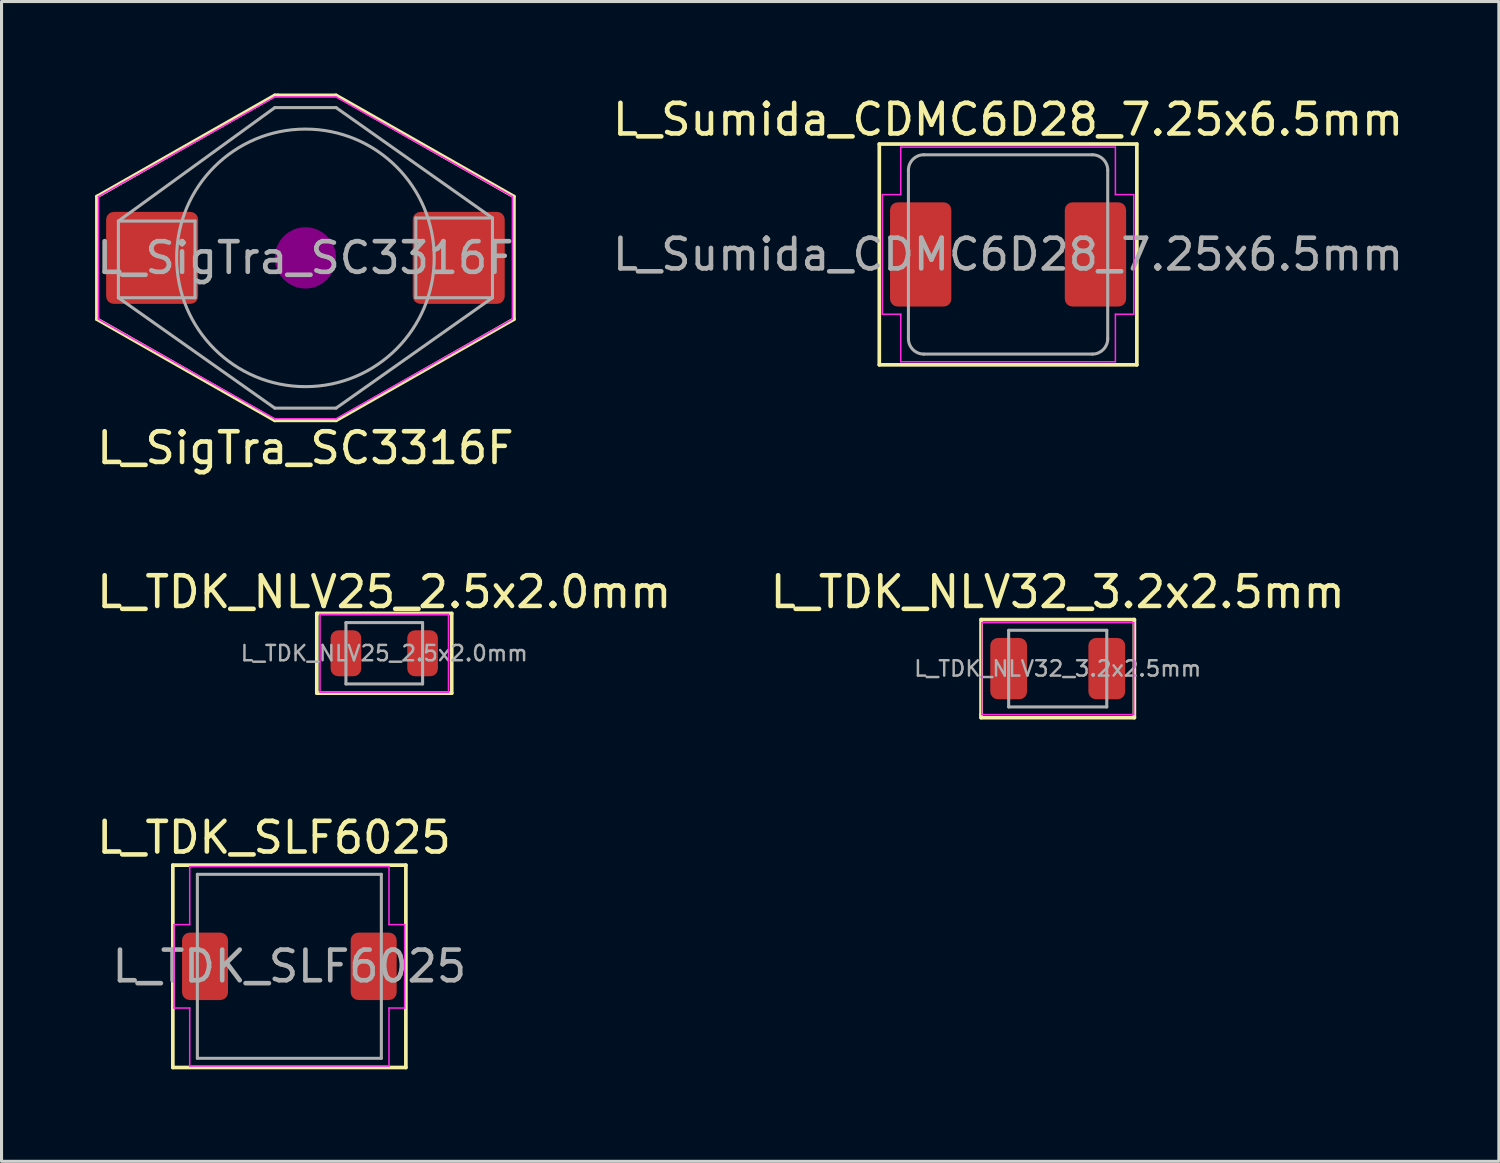
<source format=kicad_pcb>
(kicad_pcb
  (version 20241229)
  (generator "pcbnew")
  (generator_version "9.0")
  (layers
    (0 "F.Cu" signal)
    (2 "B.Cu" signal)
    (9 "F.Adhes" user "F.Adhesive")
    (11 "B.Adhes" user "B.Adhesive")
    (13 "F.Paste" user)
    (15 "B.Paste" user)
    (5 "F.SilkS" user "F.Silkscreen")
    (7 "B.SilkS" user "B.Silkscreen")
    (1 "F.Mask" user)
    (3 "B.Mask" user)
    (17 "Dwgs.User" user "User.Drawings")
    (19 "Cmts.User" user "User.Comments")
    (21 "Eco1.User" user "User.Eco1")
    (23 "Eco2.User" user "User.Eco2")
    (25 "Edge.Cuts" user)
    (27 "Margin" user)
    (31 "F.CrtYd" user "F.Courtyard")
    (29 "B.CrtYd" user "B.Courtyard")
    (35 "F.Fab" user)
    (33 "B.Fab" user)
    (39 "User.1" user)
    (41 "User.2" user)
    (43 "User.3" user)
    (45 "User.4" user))
  (footprint "L_TDK_NLV25_2.5x2.0mm"
    (layer "F.Cu")
    (at 9.482 18.256)
    (property "Reference" "L_TDK_NLV25_2.5x2.0mm" (at 0 -2 0) (layer "F.SilkS") (effects (font (size 1 1) (thickness 0.15))))
    (attr smd)
    (fp_line (start -2.2 -1.3) (end -2.2 1.3) (stroke (width 0.12) (type solid)) (layer "F.SilkS"))
    (fp_line (start -2.2 1.3) (end 2.2 1.3) (stroke (width 0.12) (type solid)) (layer "F.SilkS"))
    (fp_line (start 2.2 -1.3) (end -2.2 -1.3) (stroke (width 0.12) (type solid)) (layer "F.SilkS"))
    (fp_line (start 2.2 1.3) (end 2.2 -1.3) (stroke (width 0.12) (type solid)) (layer "F.SilkS"))
    (fp_line (start -2.095 -1.27) (end 2.095 -1.27) (stroke (width 0.05) (type solid)) (layer "F.CrtYd"))
    (fp_line (start -2.095 1.27) (end -2.095 -1.27) (stroke (width 0.05) (type solid)) (layer "F.CrtYd"))
    (fp_line (start 2.095 -1.27) (end 2.095 1.27) (stroke (width 0.05) (type solid)) (layer "F.CrtYd"))
    (fp_line (start 2.095 1.27) (end -2.095 1.27) (stroke (width 0.05) (type solid)) (layer "F.CrtYd"))
    (fp_line (start -1.25 -1) (end 1.25 -1) (stroke (width 0.1) (type solid)) (layer "F.Fab"))
    (fp_line (start -1.25 1) (end -1.25 -1) (stroke (width 0.1) (type solid)) (layer "F.Fab"))
    (fp_line (start 1.25 -1) (end 1.25 1) (stroke (width 0.1) (type solid)) (layer "F.Fab"))
    (fp_line (start 1.25 1) (end -1.25 1) (stroke (width 0.1) (type solid)) (layer "F.Fab"))
    (fp_text user "${REFERENCE}" (at 0 0 0) (layer "F.Fab") (effects (font (size 0.5 0.5) (thickness 0.08))))
    (pad "1" smd roundrect (at -1.25 0) (size 1 1.5) (layers "F.Cu" "F.Mask" "F.Paste") (roundrect_rratio 0.25))
    (pad "2" smd roundrect (at 1.25 0) (size 1 1.5) (layers "F.Cu" "F.Mask" "F.Paste") (roundrect_rratio 0.25)))
  (footprint "L_SigTra_SC3316F"
    (layer "F.Cu")
    (at 6.911 5.36)
    (property "Reference" "L_SigTra_SC3316F" (at 0 6.2 0) (layer "F.SilkS") (effects (font (size 1 1) (thickness 0.15))))
    (attr smd)
    (fp_line (start -6.8 -2) (end -6.8 2) (stroke (width 0.12) (type solid)) (layer "F.SilkS"))
    (fp_line (start -6.8 2) (end -1 5.3) (stroke (width 0.12) (type solid)) (layer "F.SilkS"))
    (fp_line (start -1 -5.3) (end -6.8 -2) (stroke (width 0.12) (type solid)) (layer "F.SilkS"))
    (fp_line (start -1 5.3) (end 1 5.3) (stroke (width 0.12) (type solid)) (layer "F.SilkS"))
    (fp_line (start -0.9 -5.3) (end -1 -5.3) (stroke (width 0.12) (type solid)) (layer "F.SilkS"))
    (fp_line (start 1 -5.3) (end -0.9 -5.3) (stroke (width 0.12) (type solid)) (layer "F.SilkS"))
    (fp_line (start 1 5.3) (end 6.8 2) (stroke (width 0.12) (type solid)) (layer "F.SilkS"))
    (fp_line (start 6.8 -2) (end 1 -5.3) (stroke (width 0.12) (type solid)) (layer "F.SilkS"))
    (fp_line (start 6.8 2) (end 6.8 -2) (stroke (width 0.12) (type solid)) (layer "F.SilkS"))
    (fp_circle (center 0 0) (end 0.5 0) (stroke (width 1) (type solid)) (fill no) (layer "F.Adhes"))
    (fp_line (start -6.75 -2) (end -6.75 2) (stroke (width 0.05) (type solid)) (layer "F.CrtYd"))
    (fp_line (start -6.75 2) (end -1 5.25) (stroke (width 0.05) (type solid)) (layer "F.CrtYd"))
    (fp_line (start -1 -5.25) (end -6.75 -2) (stroke (width 0.05) (type solid)) (layer "F.CrtYd"))
    (fp_line (start -1 -5.25) (end 1 -5.25) (stroke (width 0.05) (type solid)) (layer "F.CrtYd"))
    (fp_line (start -1 5.25) (end 1 5.25) (stroke (width 0.05) (type solid)) (layer "F.CrtYd"))
    (fp_line (start 1 -5.25) (end 6.75 -2) (stroke (width 0.05) (type solid)) (layer "F.CrtYd"))
    (fp_line (start 1 5.25) (end 6.75 2) (stroke (width 0.05) (type solid)) (layer "F.CrtYd"))
    (fp_line (start 6.75 2) (end 6.75 -2) (stroke (width 0.05) (type solid)) (layer "F.CrtYd"))
    (fp_line (start -6.1 -1.2) (end -3.6 -1.2) (stroke (width 0.1) (type solid)) (layer "F.Fab"))
    (fp_line (start -6.1 1.3) (end -6.1 -1.2) (stroke (width 0.1) (type solid)) (layer "F.Fab"))
    (fp_line (start -3.6 -1.2) (end -3.6 0) (stroke (width 0.1) (type solid)) (layer "F.Fab"))
    (fp_line (start -3.6 0) (end -3.6 1.3) (stroke (width 0.1) (type solid)) (layer "F.Fab"))
    (fp_line (start -3.6 1.3) (end -6.1 1.3) (stroke (width 0.1) (type solid)) (layer "F.Fab"))
    (fp_line (start -1 -4.9) (end -6.1 -1.2) (stroke (width 0.1) (type solid)) (layer "F.Fab"))
    (fp_line (start -1 4.9) (end -6.1 1.3) (stroke (width 0.1) (type solid)) (layer "F.Fab"))
    (fp_line (start 1 -4.9) (end -1 -4.9) (stroke (width 0.1) (type solid)) (layer "F.Fab"))
    (fp_line (start 1 -4.9) (end 6.1 -1.3) (stroke (width 0.1) (type solid)) (layer "F.Fab"))
    (fp_line (start 1 4.9) (end -1 4.9) (stroke (width 0.1) (type solid)) (layer "F.Fab"))
    (fp_line (start 3.6 -1.3) (end 6.1 -1.3) (stroke (width 0.1) (type solid)) (layer "F.Fab"))
    (fp_line (start 3.6 1.3) (end 3.6 -1.3) (stroke (width 0.1) (type solid)) (layer "F.Fab"))
    (fp_line (start 6.1 -1.3) (end 6.1 1.3) (stroke (width 0.1) (type solid)) (layer "F.Fab"))
    (fp_line (start 6.1 1.3) (end 1 4.9) (stroke (width 0.1) (type solid)) (layer "F.Fab"))
    (fp_line (start 6.1 1.3) (end 3.6 1.3) (stroke (width 0.1) (type solid)) (layer "F.Fab"))
    (fp_circle (center 0 0) (end 4.2 0) (stroke (width 0.1) (type solid)) (fill no) (layer "F.Fab"))
    (fp_text user "${REFERENCE}" (at 0 0 0) (layer "F.Fab") (effects (font (size 1 1) (thickness 0.15))))
    (pad "1" smd roundrect (at -5 0) (size 3 3) (layers "F.Cu" "F.Mask" "F.Paste") (roundrect_rratio 0.083))
    (pad "2" smd roundrect (at 5 0) (size 3 3) (layers "F.Cu" "F.Mask" "F.Paste") (roundrect_rratio 0.083)))
  (footprint "L_TDK_SLF6025"
    (layer "F.Cu")
    (at 6.387 28.465)
    (property "Reference" "L_TDK_SLF6025" (at -0.5 -4.2 0) (layer "F.SilkS") (effects (font (size 1 1) (thickness 0.15))))
    (attr smd)
    (fp_line (start -3.8 -3.3) (end 3.8 -3.3) (stroke (width 0.12) (type solid)) (layer "F.SilkS"))
    (fp_line (start -3.8 0) (end -3.8 -3.3) (stroke (width 0.12) (type solid)) (layer "F.SilkS"))
    (fp_line (start -3.8 3.3) (end -3.8 0) (stroke (width 0.12) (type solid)) (layer "F.SilkS"))
    (fp_line (start 3.8 -3.3) (end 3.8 3.3) (stroke (width 0.12) (type solid)) (layer "F.SilkS"))
    (fp_line (start 3.8 3.3) (end -3.8 3.3) (stroke (width 0.12) (type solid)) (layer "F.SilkS"))
    (fp_line (start -3.76 -1.36) (end -3.76 1.36) (stroke (width 0.05) (type solid)) (layer "F.CrtYd"))
    (fp_line (start -3.76 1.36) (end -3.25 1.36) (stroke (width 0.05) (type solid)) (layer "F.CrtYd"))
    (fp_line (start -3.25 -3.25) (end -3.25 -1.36) (stroke (width 0.05) (type solid)) (layer "F.CrtYd"))
    (fp_line (start -3.25 -3.25) (end 3.25 -3.25) (stroke (width 0.05) (type solid)) (layer "F.CrtYd"))
    (fp_line (start -3.25 -1.36) (end -3.76 -1.36) (stroke (width 0.05) (type solid)) (layer "F.CrtYd"))
    (fp_line (start -3.25 1.36) (end -3.25 3.25) (stroke (width 0.05) (type solid)) (layer "F.CrtYd"))
    (fp_line (start -3.25 3.25) (end 3.25 3.25) (stroke (width 0.05) (type solid)) (layer "F.CrtYd"))
    (fp_line (start 3.25 -3.25) (end 3.25 -1.36) (stroke (width 0.05) (type solid)) (layer "F.CrtYd"))
    (fp_line (start 3.25 -1.36) (end 3.76 -1.36) (stroke (width 0.05) (type solid)) (layer "F.CrtYd"))
    (fp_line (start 3.25 1.36) (end 3.25 3.25) (stroke (width 0.05) (type solid)) (layer "F.CrtYd"))
    (fp_line (start 3.76 -1.36) (end 3.76 1.36) (stroke (width 0.05) (type solid)) (layer "F.CrtYd"))
    (fp_line (start 3.76 1.36) (end 3.25 1.36) (stroke (width 0.05) (type solid)) (layer "F.CrtYd"))
    (fp_line (start -3 -3) (end 3 -3) (stroke (width 0.1) (type solid)) (layer "F.Fab"))
    (fp_line (start -3 3) (end -3 -3) (stroke (width 0.1) (type solid)) (layer "F.Fab"))
    (fp_line (start 3 -3) (end 3 3) (stroke (width 0.1) (type solid)) (layer "F.Fab"))
    (fp_line (start 3 3) (end -3 3) (stroke (width 0.1) (type solid)) (layer "F.Fab"))
    (fp_text user "${REFERENCE}" (at 0 0 0) (layer "F.Fab") (effects (font (size 1 1) (thickness 0.15))))
    (pad "1" smd roundrect (at -2.75 0) (size 1.5 2.2) (layers "F.Cu" "F.Mask" "F.Paste") (roundrect_rratio 0.167))
    (pad "2" smd roundrect (at 2.75 0) (size 1.5 2.2) (layers "F.Cu" "F.Mask" "F.Paste") (roundrect_rratio 0.167)))
  (footprint "L_TDK_NLV32_3.2x2.5mm"
    (layer "F.Cu")
    (at 31.446 18.756)
    (property "Reference" "L_TDK_NLV32_3.2x2.5mm" (at 0 -2.5 0) (layer "F.SilkS") (effects (font (size 1 1) (thickness 0.15))))
    (attr smd)
    (fp_line (start -2.5 -1.6) (end -2.5 1.5) (stroke (width 0.12) (type solid)) (layer "F.SilkS"))
    (fp_line (start -2.5 1.5) (end -2.5 1.6) (stroke (width 0.12) (type solid)) (layer "F.SilkS"))
    (fp_line (start -2.5 1.6) (end 2.5 1.6) (stroke (width 0.12) (type solid)) (layer "F.SilkS"))
    (fp_line (start 2.5 -1.6) (end -2.5 -1.6) (stroke (width 0.12) (type solid)) (layer "F.SilkS"))
    (fp_line (start 2.5 1.6) (end 2.5 -1.6) (stroke (width 0.12) (type solid)) (layer "F.SilkS"))
    (fp_line (start -2.477 -1.5) (end 2.477 -1.5) (stroke (width 0.05) (type solid)) (layer "F.CrtYd"))
    (fp_line (start -2.477 1.5) (end -2.477 -1.5) (stroke (width 0.05) (type solid)) (layer "F.CrtYd"))
    (fp_line (start 2.477 -1.5) (end 2.477 1.5) (stroke (width 0.05) (type solid)) (layer "F.CrtYd"))
    (fp_line (start 2.477 1.5) (end -2.477 1.5) (stroke (width 0.05) (type solid)) (layer "F.CrtYd"))
    (fp_line (start -1.6 -1.25) (end 1.6 -1.25) (stroke (width 0.1) (type solid)) (layer "F.Fab"))
    (fp_line (start -1.6 1.25) (end -1.6 -1.25) (stroke (width 0.1) (type solid)) (layer "F.Fab"))
    (fp_line (start 1.6 -1.25) (end 1.6 1.25) (stroke (width 0.1) (type solid)) (layer "F.Fab"))
    (fp_line (start 1.6 1.25) (end -1.6 1.25) (stroke (width 0.1) (type solid)) (layer "F.Fab"))
    (fp_text user "${REFERENCE}" (at 0 0 0) (layer "F.Fab") (effects (font (size 0.5 0.5) (thickness 0.08))))
    (pad "1" smd roundrect (at -1.6 0) (size 1.2 2) (layers "F.Cu" "F.Mask" "F.Paste") (roundrect_rratio 0.208))
    (pad "2" smd roundrect (at 1.6 0) (size 1.2 2) (layers "F.Cu" "F.Mask" "F.Paste") (roundrect_rratio 0.208)))
  (footprint "L_Sumida_CDMC6D28_7.25x6.5mm"
    (layer "F.Cu")
    (at 29.827 5.248)
    (property "Reference" "L_Sumida_CDMC6D28_7.25x6.5mm" (at 0 -4.4 0) (layer "F.SilkS") (effects (font (size 1 1) (thickness 0.15))))
    (attr smd)
    (fp_line (start -4.2 -3.6) (end -4.2 3.6) (stroke (width 0.12) (type solid)) (layer "F.SilkS"))
    (fp_line (start -4.2 3.6) (end 4.2 3.6) (stroke (width 0.12) (type solid)) (layer "F.SilkS"))
    (fp_line (start 4.2 -3.6) (end -4.2 -3.6) (stroke (width 0.12) (type solid)) (layer "F.SilkS"))
    (fp_line (start 4.2 3.6) (end 4.2 -3.6) (stroke (width 0.12) (type solid)) (layer "F.SilkS"))
    (fp_line (start -4.1 -1.95) (end -3.5 -1.95) (stroke (width 0.05) (type solid)) (layer "F.CrtYd"))
    (fp_line (start -4.1 1.95) (end -4.1 -1.95) (stroke (width 0.05) (type solid)) (layer "F.CrtYd"))
    (fp_line (start -3.5 -3.5) (end 3.5 -3.5) (stroke (width 0.05) (type solid)) (layer "F.CrtYd"))
    (fp_line (start -3.5 -1.95) (end -3.5 -3.5) (stroke (width 0.05) (type solid)) (layer "F.CrtYd"))
    (fp_line (start -3.5 1.95) (end -4.1 1.95) (stroke (width 0.05) (type solid)) (layer "F.CrtYd"))
    (fp_line (start -3.5 3.5) (end -3.5 1.95) (stroke (width 0.05) (type solid)) (layer "F.CrtYd"))
    (fp_line (start 3.5 -3.5) (end 3.5 -1.95) (stroke (width 0.05) (type solid)) (layer "F.CrtYd"))
    (fp_line (start 3.5 -1.95) (end 4.1 -1.95) (stroke (width 0.05) (type solid)) (layer "F.CrtYd"))
    (fp_line (start 3.5 1.95) (end 3.5 3.5) (stroke (width 0.05) (type solid)) (layer "F.CrtYd"))
    (fp_line (start 3.5 3.5) (end -3.5 3.5) (stroke (width 0.05) (type solid)) (layer "F.CrtYd"))
    (fp_line (start 4.1 -1.95) (end 4.1 1.95) (stroke (width 0.05) (type solid)) (layer "F.CrtYd"))
    (fp_line (start 4.1 1.95) (end 3.5 1.95) (stroke (width 0.05) (type solid)) (layer "F.CrtYd"))
    (fp_line (start -3.25 2.75) (end -3.25 -2.75) (stroke (width 0.1) (type solid)) (layer "F.Fab"))
    (fp_line (start -2.75 -3.25) (end 2.75 -3.25) (stroke (width 0.1) (type solid)) (layer "F.Fab"))
    (fp_line (start 2.75 3.25) (end -2.75 3.25) (stroke (width 0.1) (type solid)) (layer "F.Fab"))
    (fp_line (start 3.25 -2.75) (end 3.25 2.75) (stroke (width 0.1) (type solid)) (layer "F.Fab"))
    (fp_arc (start -3.25 -2.75) (mid -3.103553 -3.103553) (end -2.75 -3.25) (stroke (width 0.1) (type solid)) (layer "F.Fab"))
    (fp_arc (start -2.75 3.25) (mid -3.103553 3.103553) (end -3.25 2.75) (stroke (width 0.1) (type solid)) (layer "F.Fab"))
    (fp_arc (start 2.75 -3.25) (mid 3.103553 -3.103553) (end 3.25 -2.75) (stroke (width 0.1) (type solid)) (layer "F.Fab"))
    (fp_arc (start 3.25 2.75) (mid 3.103553 3.103553) (end 2.75 3.25) (stroke (width 0.1) (type solid)) (layer "F.Fab"))
    (fp_text user "${REFERENCE}" (at 0 0 0) (layer "F.Fab") (effects (font (size 1 1) (thickness 0.15))))
    (pad "1" smd roundrect (at -2.85 0) (size 2 3.4) (layers "F.Cu" "F.Mask" "F.Paste") (roundrect_rratio 0.125))
    (pad "2" smd roundrect (at 2.85 0) (size 2 3.4) (layers "F.Cu" "F.Mask" "F.Paste") (roundrect_rratio 0.125)))
  (gr_rect
    (start -3 -3)
    (end 45.833 34.825)
    (stroke (width 0.1) (type default))
    (fill no)
    (layer "Edge.Cuts")))
</source>
